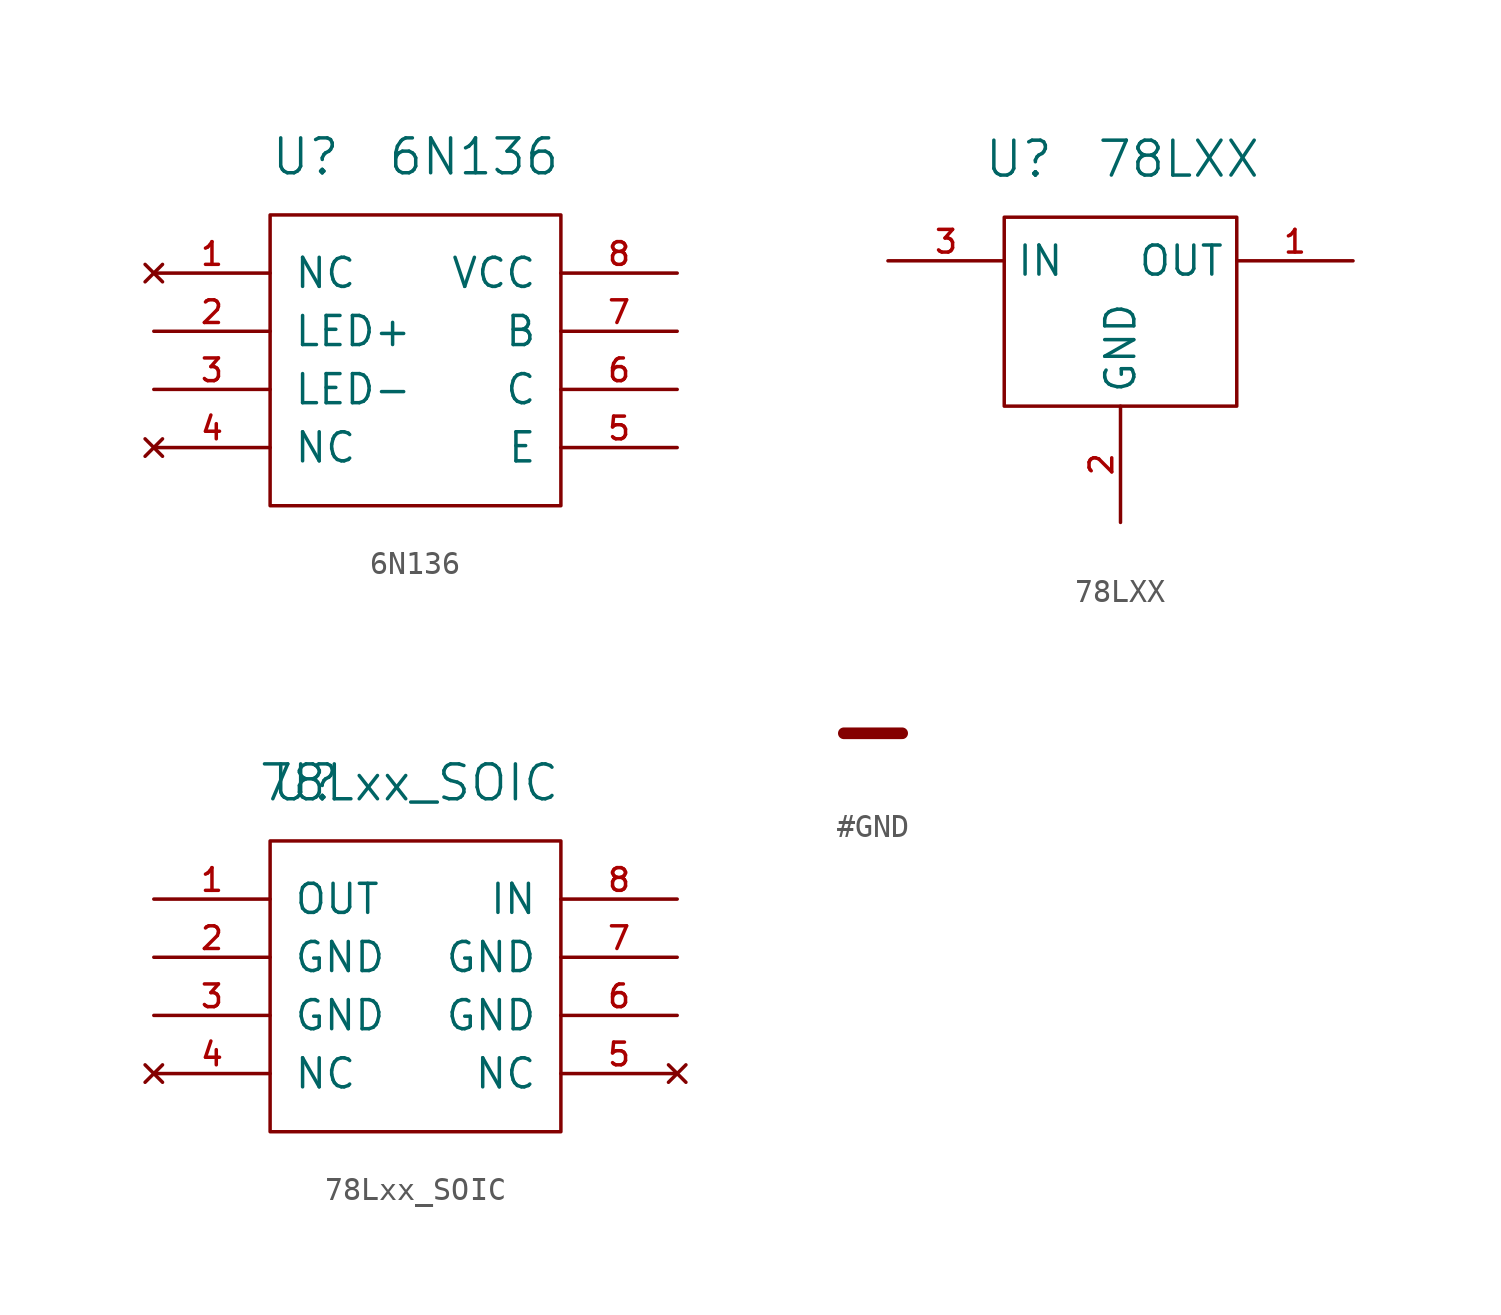
<source format=kicad_sym>
(kicad_symbol_lib
  (version 20211014)
  (generator kicad_symbol_editor)
  (symbol "6N136"
    (pin_names
      (offset 1.016))
    (property "Reference" "U"
      (at -6.35 8.89 0)
      (effects (font (size 1.524 1.524)) (justify left)))
    (property "Value" "6N136"
      (at 6.35 8.89 0)
      (effects (font (size 1.524 1.524)) (justify right)))
    (property "Footprint" ""
      (at 0 0 0)
      (effects (font (size 1.524 1.524))))
    (property "Datasheet" ""
      (at 0 0 0)
      (effects (font (size 1.524 1.524))))
    (symbol "6N136_0_0"
      (rectangle (start -6.35 6.35) (end 6.35 -6.35) (stroke (width 0) (type default) (color 0 0 0 0)) (fill (type none))))
    (symbol "6N136_1_1"
      (pin no_connect line (at -11.43 3.81 0) (length 5.08) (name "NC" (effects (font (size 1.27 1.27)))) (number "1" (effects (font (size 0.991 0.991)))))
      (pin input line (at -11.43 1.27 0) (length 5.08) (name "LED+" (effects (font (size 1.27 1.27)))) (number "2" (effects (font (size 0.991 0.991)))))
      (pin passive line (at -11.43 -1.27 0) (length 5.08) (name "LED-" (effects (font (size 1.27 1.27)))) (number "3" (effects (font (size 0.991 0.991)))))
      (pin no_connect line (at -11.43 -3.81 0) (length 5.08) (name "NC" (effects (font (size 1.27 1.27)))) (number "4" (effects (font (size 0.991 0.991)))))
      (pin passive line (at 11.43 -3.81 180) (length 5.08) (name "E" (effects (font (size 1.27 1.27)))) (number "5" (effects (font (size 0.991 0.991)))))
      (pin passive line (at 11.43 -1.27 180) (length 5.08) (name "C" (effects (font (size 1.27 1.27)))) (number "6" (effects (font (size 0.991 0.991)))))
      (pin passive line (at 11.43 1.27 180) (length 5.08) (name "B" (effects (font (size 1.27 1.27)))) (number "7" (effects (font (size 0.991 0.991)))))
      (pin power_in line (at 11.43 3.81 180) (length 5.08) (name "VCC" (effects (font (size 1.27 1.27)))) (number "8" (effects (font (size 0.991 0.991)))))))
  (symbol "78LXX"
    (property "Reference" "U"
      (at -4.445 4.445 0)
      (effects (font (size 1.524 1.524))))
    (property "Value" "78LXX"
      (at 2.54 4.445 0)
      (effects (font (size 1.524 1.524))))
    (property "Footprint" ""
      (at 0 0 0)
      (effects (font (size 1.524 1.524))))
    (property "Datasheet" ""
      (at 0 0 0)
      (effects (font (size 1.524 1.524))))
    (symbol "78LXX_0_1"
      (rectangle (start -5.08 1.905) (end 5.08 -6.35) (stroke (width 0) (type default) (color 0 0 0 0)) (fill (type none))))
    (symbol "78LXX_1_1"
      (pin power_out line (at 10.16 0 180) (length 5.08) (name "OUT" (effects (font (size 1.27 1.27)))) (number "1" (effects (font (size 0.991 0.991)))))
      (pin power_in line (at 0 -11.43 90) (length 5.08) (name "GND" (effects (font (size 1.27 1.27)))) (number "2" (effects (font (size 0.991 0.991)))))
      (pin power_in line (at -10.16 0 0) (length 5.08) (name "IN" (effects (font (size 1.27 1.27)))) (number "3" (effects (font (size 0.991 0.991)))))))
  (symbol "78Lxx_SOIC"
    (pin_names
      (offset 1.016))
    (property "Reference" "U"
      (at -6.35 8.89 0)
      (effects (font (size 1.524 1.524)) (justify left)))
    (property "Value" "78Lxx_SOIC"
      (at 6.35 8.89 0)
      (effects (font (size 1.524 1.524)) (justify right)))
    (property "Footprint" ""
      (at 0 0 0)
      (effects (font (size 1.524 1.524))))
    (property "Datasheet" ""
      (at 0 0 0)
      (effects (font (size 1.524 1.524))))
    (symbol "78Lxx_SOIC_0_0"
      (rectangle (start -6.35 6.35) (end 6.35 -6.35) (stroke (width 0) (type default) (color 0 0 0 0)) (fill (type none))))
    (symbol "78Lxx_SOIC_1_1"
      (pin power_out line (at -11.43 3.81 0) (length 5.08) (name "OUT" (effects (font (size 1.27 1.27)))) (number "1" (effects (font (size 0.991 0.991)))))
      (pin passive line (at -11.43 1.27 0) (length 5.08) (name "GND" (effects (font (size 1.27 1.27)))) (number "2" (effects (font (size 0.991 0.991)))))
      (pin passive line (at -11.43 -1.27 0) (length 5.08) (name "GND" (effects (font (size 1.27 1.27)))) (number "3" (effects (font (size 0.991 0.991)))))
      (pin no_connect line (at -11.43 -3.81 0) (length 5.08) (name "NC" (effects (font (size 1.27 1.27)))) (number "4" (effects (font (size 0.991 0.991)))))
      (pin no_connect line (at 11.43 -3.81 180) (length 5.08) (name "NC" (effects (font (size 1.27 1.27)))) (number "5" (effects (font (size 0.991 0.991)))))
      (pin passive line (at 11.43 -1.27 180) (length 5.08) (name "GND" (effects (font (size 1.27 1.27)))) (number "6" (effects (font (size 0.991 0.991)))))
      (pin passive line (at 11.43 1.27 180) (length 5.08) (name "GND" (effects (font (size 1.27 1.27)))) (number "7" (effects (font (size 0.991 0.991)))))
      (pin power_in line (at 11.43 3.81 180) (length 5.08) (name "IN" (effects (font (size 1.27 1.27)))) (number "8" (effects (font (size 0.991 0.991)))))))
  (symbol "#GND"
    (power)
    (pin_numbers hide)
    (pin_names
      (offset 1.016) hide)
    (property "Reference" "#GND"
      (at 0 -2.54 0)
      (effects (font (size 1.524 1.524)) hide))
    (property "Footprint" ""
      (at 0 -2.54 0)
      (effects (font (size 1.524 1.524))))
    (property "Datasheet" ""
      (at 0 -2.54 0)
      (effects (font (size 1.524 1.524))))
    (symbol "#GND_0_0"
      (polyline (pts (xy -1.27 0) (xy 1.27 0)) (stroke (width 0.508) (type default) (color 0 0 0 0)) (fill (type none))))
    (symbol "#GND_1_1"
      (pin power_in line (at 0 0 270) (length 0) hide (name "GND" (effects (font (size 1.27 1.27)))) (number "1" (effects (font (size 1.27 1.27))))))))
</source>
